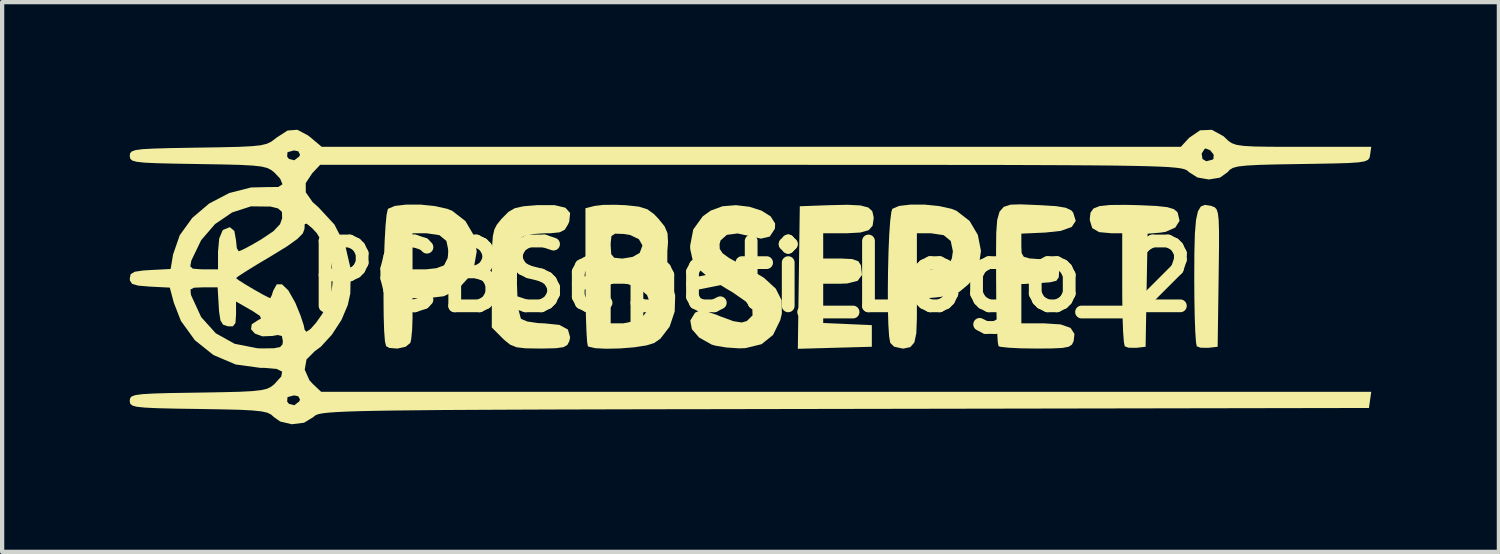
<source format=kicad_pcb>
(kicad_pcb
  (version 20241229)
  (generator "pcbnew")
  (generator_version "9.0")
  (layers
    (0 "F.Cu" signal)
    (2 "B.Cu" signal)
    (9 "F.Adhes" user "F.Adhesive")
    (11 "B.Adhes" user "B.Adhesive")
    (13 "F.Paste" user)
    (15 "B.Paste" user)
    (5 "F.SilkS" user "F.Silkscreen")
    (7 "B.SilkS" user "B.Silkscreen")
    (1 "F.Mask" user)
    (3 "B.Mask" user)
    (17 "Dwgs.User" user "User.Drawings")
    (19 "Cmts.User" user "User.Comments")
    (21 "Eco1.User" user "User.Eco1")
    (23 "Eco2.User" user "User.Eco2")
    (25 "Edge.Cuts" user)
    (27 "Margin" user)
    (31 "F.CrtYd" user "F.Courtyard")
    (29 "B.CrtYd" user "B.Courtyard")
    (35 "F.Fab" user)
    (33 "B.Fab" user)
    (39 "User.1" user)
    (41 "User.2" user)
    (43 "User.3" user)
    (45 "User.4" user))
  (footprint "PCBSepeti_Logo_2"
    (layer "F.Cu")
    (at 14.605 3.449)
    (property "Reference" "PCBSepeti_Logo_2" (at 0 0 0) (layer "F.SilkS") (effects (font (size 1.524 1.524) (thickness 0.3))))
    (attr board_only exclude_from_pos_files exclude_from_bom)
    (fp_poly (pts (xy 10.795 -1.664) (xy 10.835 -1.652) (xy 10.896 -1.626) (xy 10.94 -1.578) (xy 10.97 -1.485) (xy 10.988 -1.323) (xy 10.996 -1.069) (xy 10.996 -0.701) (xy 10.99 -0.195) (xy 10.987 0.027) (xy 10.964 1.651) (xy 10.749 1.676) (xy 10.565 1.674) (xy 10.474 1.641) (xy 10.455 1.541) (xy 10.438 1.299) (xy 10.425 0.944) (xy 10.417 0.504) (xy 10.414 0.039) (xy 10.417 -0.561) (xy 10.429 -1.011) (xy 10.456 -1.329) (xy 10.501 -1.534) (xy 10.569 -1.646) (xy 10.666 -1.683)) (stroke (width 0) (type solid)) (fill yes) (layer "F.SilkS"))
    (fp_poly (pts (xy 2.566 -1.671) (xy 2.751 -1.623) (xy 2.847 -1.535) (xy 2.878 -1.4) (xy 2.879 -1.362) (xy 2.854 -1.192) (xy 2.761 -1.088) (xy 2.568 -1.034) (xy 2.244 -1.016) (xy 2.152 -1.016) (xy 1.693 -1.016) (xy 1.693 -0.423) (xy 2.111 -0.423) (xy 2.377 -0.41) (xy 2.519 -0.358) (xy 2.579 -0.266) (xy 2.605 -0.038) (xy 2.503 0.101) (xy 2.259 0.163) (xy 2.108 0.169) (xy 1.693 0.169) (xy 1.693 1.093) (xy 2.836 1.143) (xy 2.836 1.651) (xy 1.967 1.675) (xy 1.097 1.699) (xy 1.12 0.024) (xy 1.143 -1.651) (xy 1.82 -1.676) (xy 2.264 -1.686)) (stroke (width 0) (type solid)) (fill yes) (layer "F.SilkS"))
    (fp_poly (pts (xy 9.135 -1.676) (xy 9.526 -1.658) (xy 9.78 -1.63) (xy 9.933 -1.584) (xy 10.016 -1.515) (xy 10.024 -1.503) (xy 10.069 -1.31) (xy 9.968 -1.15) (xy 9.741 -1.05) (xy 9.624 -1.032) (xy 9.318 -1.006) (xy 9.294 0.322) (xy 9.271 1.651) (xy 9.056 1.676) (xy 8.871 1.674) (xy 8.781 1.641) (xy 8.76 1.539) (xy 8.742 1.299) (xy 8.729 0.951) (xy 8.722 0.526) (xy 8.721 0.282) (xy 8.721 -1.016) (xy 8.474 -1.016) (xy 8.178 -1.043) (xy 8.016 -1.138) (xy 7.96 -1.32) (xy 7.959 -1.362) (xy 7.976 -1.502) (xy 8.044 -1.597) (xy 8.188 -1.655) (xy 8.434 -1.681) (xy 8.806 -1.684)) (stroke (width 0) (type solid)) (fill yes) (layer "F.SilkS"))
    (fp_poly (pts (xy -7.772 -1.69) (xy -7.435 -1.656) (xy -7.144 -1.591) (xy -7.027 -1.545) (xy -6.716 -1.303) (xy -6.52 -0.97) (xy -6.45 -0.59) (xy -6.518 -0.206) (xy -6.628 0.007) (xy -6.896 0.305) (xy -7.226 0.464) (xy -7.599 0.507) (xy -7.959 0.508) (xy -7.959 0.967) (xy -7.968 1.251) (xy -7.991 1.478) (xy -8.01 1.559) (xy -8.121 1.651) (xy -8.314 1.694) (xy -8.503 1.679) (xy -8.58 1.637) (xy -8.607 1.526) (xy -8.626 1.28) (xy -8.637 0.931) (xy -8.641 0.513) (xy -8.639 0.059) (xy -8.634 -0.169) (xy -7.959 -0.169) (xy -7.637 -0.169) (xy -7.4 -0.195) (xy -7.231 -0.257) (xy -7.214 -0.271) (xy -7.135 -0.429) (xy -7.112 -0.593) (xy -7.163 -0.836) (xy -7.329 -0.972) (xy -7.627 -1.016) (xy -7.637 -1.016) (xy -7.959 -1.016) (xy -7.959 -0.169) (xy -8.634 -0.169) (xy -8.63 -0.398) (xy -8.615 -0.824) (xy -8.594 -1.186) (xy -8.569 -1.451) (xy -8.539 -1.585) (xy -8.534 -1.592) (xy -8.375 -1.659) (xy -8.103 -1.691)) (stroke (width 0) (type solid)) (fill yes) (layer "F.SilkS"))
    (fp_poly (pts (xy 4.081 -1.69) (xy 4.418 -1.656) (xy 4.709 -1.591) (xy 4.826 -1.545) (xy 5.134 -1.306) (xy 5.328 -0.977) (xy 5.401 -0.602) (xy 5.348 -0.222) (xy 5.161 0.121) (xy 5.095 0.193) (xy 4.896 0.358) (xy 4.673 0.447) (xy 4.366 0.49) (xy 3.895 0.529) (xy 3.895 0.977) (xy 3.882 1.332) (xy 3.836 1.549) (xy 3.741 1.659) (xy 3.583 1.693) (xy 3.556 1.693) (xy 3.357 1.648) (xy 3.269 1.559) (xy 3.242 1.404) (xy 3.224 1.123) (xy 3.214 0.75) (xy 3.212 0.319) (xy 3.217 -0.136) (xy 3.218 -0.169) (xy 3.895 -0.169) (xy 4.216 -0.169) (xy 4.453 -0.195) (xy 4.623 -0.257) (xy 4.64 -0.271) (xy 4.718 -0.429) (xy 4.741 -0.593) (xy 4.69 -0.836) (xy 4.524 -0.972) (xy 4.227 -1.016) (xy 4.216 -1.016) (xy 3.895 -1.016) (xy 3.895 -0.169) (xy 3.218 -0.169) (xy 3.228 -0.582) (xy 3.245 -0.984) (xy 3.268 -1.31) (xy 3.296 -1.524) (xy 3.319 -1.592) (xy 3.478 -1.659) (xy 3.75 -1.691)) (stroke (width 0) (type solid)) (fill yes) (layer "F.SilkS"))
    (fp_poly (pts (xy -4.619 -1.677) (xy -4.366 -1.617) (xy -4.255 -1.492) (xy -4.275 -1.295) (xy -4.304 -1.225) (xy -4.381 -1.101) (xy -4.5 -1.039) (xy -4.714 -1.017) (xy -4.85 -1.016) (xy -5.123 -0.998) (xy -5.333 -0.952) (xy -5.402 -0.914) (xy -5.451 -0.781) (xy -5.485 -0.525) (xy -5.503 -0.192) (xy -5.505 0.17) (xy -5.492 0.516) (xy -5.463 0.8) (xy -5.418 0.975) (xy -5.402 0.999) (xy -5.263 1.057) (xy -5.022 1.094) (xy -4.862 1.101) (xy -4.508 1.137) (xy -4.307 1.246) (xy -4.255 1.429) (xy -4.274 1.52) (xy -4.321 1.609) (xy -4.414 1.661) (xy -4.594 1.686) (xy -4.897 1.693) (xy -4.965 1.693) (xy -5.299 1.688) (xy -5.515 1.663) (xy -5.665 1.602) (xy -5.8 1.493) (xy -5.849 1.446) (xy -6.096 1.198) (xy -6.096 0.05) (xy -6.095 -0.411) (xy -6.088 -0.735) (xy -6.07 -0.956) (xy -6.035 -1.107) (xy -5.977 -1.219) (xy -5.891 -1.327) (xy -5.852 -1.371) (xy -5.705 -1.519) (xy -5.557 -1.605) (xy -5.352 -1.651) (xy -5.036 -1.677) (xy -5.023 -1.677)) (stroke (width 0) (type solid)) (fill yes) (layer "F.SilkS"))
    (fp_poly (pts (xy 6.647 -1.683) (xy 6.807 -1.676) (xy 7.167 -1.654) (xy 7.394 -1.616) (xy 7.523 -1.555) (xy 7.568 -1.503) (xy 7.629 -1.307) (xy 7.533 -1.164) (xy 7.276 -1.072) (xy 6.913 -1.033) (xy 6.35 -1.008) (xy 6.35 -0.72) (xy 6.357 -0.552) (xy 6.407 -0.464) (xy 6.542 -0.425) (xy 6.795 -0.407) (xy 7.053 -0.386) (xy 7.185 -0.346) (xy 7.233 -0.259) (xy 7.239 -0.127) (xy 7.229 0.021) (xy 7.172 0.1) (xy 7.024 0.136) (xy 6.795 0.153) (xy 6.35 0.178) (xy 6.35 1.101) (xy 6.89 1.101) (xy 7.274 1.126) (xy 7.506 1.207) (xy 7.599 1.35) (xy 7.579 1.52) (xy 7.54 1.6) (xy 7.462 1.651) (xy 7.313 1.679) (xy 7.058 1.691) (xy 6.697 1.693) (xy 6.338 1.688) (xy 6.046 1.673) (xy 5.859 1.652) (xy 5.814 1.637) (xy 5.796 1.538) (xy 5.781 1.298) (xy 5.768 0.942) (xy 5.76 0.5) (xy 5.757 -0.002) (xy 5.757 -0.012) (xy 5.756 -0.591) (xy 5.76 -1.022) (xy 5.782 -1.327) (xy 5.838 -1.525) (xy 5.938 -1.638) (xy 6.098 -1.689) (xy 6.33 -1.696)) (stroke (width 0) (type solid)) (fill yes) (layer "F.SilkS"))
    (fp_poly (pts (xy -0.041 -1.639) (xy 0.244 -1.548) (xy 0.458 -1.413) (xy 0.564 -1.245) (xy 0.558 -1.124) (xy 0.437 -0.939) (xy 0.229 -0.89) (xy 0.008 -0.941) (xy -0.32 -1.012) (xy -0.572 -0.979) (xy -0.719 -0.848) (xy -0.743 -0.762) (xy -0.738 -0.648) (xy -0.673 -0.548) (xy -0.52 -0.435) (xy -0.25 -0.287) (xy -0.137 -0.228) (xy 0.299 0.029) (xy 0.579 0.286) (xy 0.716 0.559) (xy 0.722 0.869) (xy 0.685 1.024) (xy 0.514 1.374) (xy 0.243 1.591) (xy -0.137 1.684) (xy -0.287 1.688) (xy -0.585 1.668) (xy -0.844 1.625) (xy -0.93 1.599) (xy -1.222 1.435) (xy -1.394 1.238) (xy -1.431 1.035) (xy -1.32 0.853) (xy -1.314 0.848) (xy -1.209 0.801) (xy -1.052 0.818) (xy -0.799 0.906) (xy -0.717 0.94) (xy -0.416 1.05) (xy -0.222 1.081) (xy -0.101 1.046) (xy 0.033 0.913) (xy 0.027 0.763) (xy -0.126 0.587) (xy -0.433 0.374) (xy -0.587 0.283) (xy -0.979 0.04) (xy -1.235 -0.177) (xy -1.378 -0.396) (xy -1.432 -0.645) (xy -1.435 -0.72) (xy -1.361 -1.105) (xy -1.138 -1.414) (xy -0.95 -1.55) (xy -0.674 -1.651) (xy -0.359 -1.677)) (stroke (width 0) (type solid)) (fill yes) (layer "F.SilkS"))
    (fp_poly (pts (xy -2.948 -1.676) (xy -2.642 -1.643) (xy -2.441 -1.581) (xy -2.282 -1.465) (xy -2.178 -1.356) (xy -2.034 -1.178) (xy -1.966 -1.018) (xy -1.954 -0.808) (xy -1.97 -0.596) (xy -1.972 -0.176) (xy -1.899 0.09) (xy -1.786 0.442) (xy -1.797 0.822) (xy -1.917 1.179) (xy -2.134 1.462) (xy -2.283 1.565) (xy -2.469 1.621) (xy -2.75 1.664) (xy -3.077 1.69) (xy -3.398 1.698) (xy -3.663 1.685) (xy -3.823 1.648) (xy -3.838 1.637) (xy -3.856 1.538) (xy -3.871 1.298) (xy -3.878 1.101) (xy -3.302 1.101) (xy -3.006 1.101) (xy -2.704 1.04) (xy -2.54 0.931) (xy -2.414 0.764) (xy -2.371 0.635) (xy -2.447 0.436) (xy -2.64 0.271) (xy -2.9 0.178) (xy -3.006 0.169) (xy -3.302 0.169) (xy -3.302 1.101) (xy -3.878 1.101) (xy -3.884 0.942) (xy -3.892 0.5) (xy -3.895 -0.002) (xy -3.895 -0.012) (xy -3.895 -0.725) (xy -3.302 -0.725) (xy -3.289 -0.524) (xy -3.219 -0.441) (xy -3.041 -0.423) (xy -3.016 -0.423) (xy -2.786 -0.461) (xy -2.623 -0.553) (xy -2.619 -0.557) (xy -2.555 -0.729) (xy -2.639 -0.877) (xy -2.849 -0.977) (xy -2.993 -1) (xy -3.197 -1.007) (xy -3.283 -0.952) (xy -3.302 -0.788) (xy -3.302 -0.725) (xy -3.895 -0.725) (xy -3.895 -1.605) (xy -3.68 -1.659) (xy -3.479 -1.683) (xy -3.184 -1.686)) (stroke (width 0) (type solid)) (fill yes) (layer "F.SilkS"))
    (fp_poly (pts (xy -10.415 -3.316) (xy -10.345 -3.26) (xy -10.093 -3.048) (xy 10.098 -3.048) (xy 10.294 -3.26) (xy 10.551 -3.436) (xy 10.828 -3.448) (xy 11.101 -3.298) (xy 11.141 -3.26) (xy 11.219 -3.186) (xy 11.3 -3.132) (xy 11.41 -3.094) (xy 11.575 -3.07) (xy 11.819 -3.056) (xy 12.169 -3.05) (xy 12.649 -3.048) (xy 12.964 -3.048) (xy 14.574 -3.048) (xy 14.547 -2.857) (xy 14.534 -2.791) (xy 14.498 -2.742) (xy 14.419 -2.707) (xy 14.272 -2.683) (xy 14.036 -2.667) (xy 13.686 -2.657) (xy 13.201 -2.648) (xy 12.918 -2.644) (xy 12.357 -2.635) (xy 11.941 -2.624) (xy 11.646 -2.608) (xy 11.448 -2.586) (xy 11.324 -2.554) (xy 11.248 -2.509) (xy 11.199 -2.453) (xy 11.016 -2.323) (xy 10.757 -2.281) (xy 10.49 -2.327) (xy 10.287 -2.455) (xy 10.262 -2.481) (xy 10.228 -2.503) (xy 10.177 -2.524) (xy 10.099 -2.542) (xy 9.986 -2.557) (xy 9.828 -2.571) (xy 9.616 -2.582) (xy 9.342 -2.592) (xy 8.996 -2.6) (xy 8.568 -2.607) (xy 8.051 -2.612) (xy 7.435 -2.616) (xy 6.711 -2.619) (xy 5.869 -2.622) (xy 4.901 -2.623) (xy 3.798 -2.624) (xy 2.55 -2.624) (xy 1.149 -2.625) (xy 0.002 -2.625) (xy -10.13 -2.625) (xy -10.315 -2.429) (xy -10.469 -2.197) (xy -10.468 -1.979) (xy -10.309 -1.751) (xy -10.169 -1.626) (xy -9.796 -1.223) (xy -9.54 -0.725) (xy -9.411 -0.171) (xy -9.422 0.401) (xy -9.481 0.671) (xy -9.629 1.02) (xy -9.855 1.368) (xy -10.114 1.65) (xy -10.259 1.757) (xy -10.451 1.95) (xy -10.493 2.189) (xy -10.383 2.437) (xy -10.303 2.525) (xy -10.107 2.709) (xy 14.574 2.709) (xy 14.52 3.09) (xy 2.193 3.112) (xy 0.507 3.115) (xy -1.019 3.118) (xy -2.391 3.12) (xy -3.619 3.123) (xy -4.71 3.126) (xy -5.673 3.13) (xy -6.515 3.134) (xy -7.246 3.138) (xy -7.873 3.144) (xy -8.405 3.15) (xy -8.849 3.157) (xy -9.214 3.165) (xy -9.508 3.175) (xy -9.74 3.186) (xy -9.917 3.198) (xy -10.048 3.212) (xy -10.14 3.228) (xy -10.203 3.245) (xy -10.244 3.265) (xy -10.272 3.286) (xy -10.287 3.302) (xy -10.51 3.437) (xy -10.796 3.472) (xy -11.07 3.408) (xy -11.217 3.304) (xy -11.282 3.245) (xy -11.371 3.201) (xy -11.51 3.17) (xy -11.722 3.148) (xy -12.033 3.132) (xy -12.466 3.122) (xy -12.987 3.113) (xy -13.547 3.105) (xy -13.961 3.095) (xy -14.25 3.081) (xy -14.437 3.062) (xy -14.543 3.033) (xy -14.592 2.993) (xy -14.605 2.939) (xy -10.906 2.939) (xy -10.864 2.993) (xy -10.738 3.026) (xy -10.622 2.936) (xy -10.603 2.895) (xy -10.644 2.815) (xy -10.746 2.794) (xy -10.898 2.835) (xy -10.906 2.939) (xy -14.605 2.939) (xy -14.605 2.938) (xy -14.605 2.921) (xy -14.598 2.862) (xy -14.56 2.818) (xy -14.471 2.787) (xy -14.307 2.765) (xy -14.047 2.75) (xy -13.667 2.739) (xy -13.145 2.731) (xy -13 2.729) (xy -12.438 2.719) (xy -12.02 2.709) (xy -11.72 2.693) (xy -11.515 2.67) (xy -11.377 2.637) (xy -11.282 2.59) (xy -11.204 2.527) (xy -11.201 2.523) (xy -11.044 2.349) (xy -11.024 2.236) (xy -11.149 2.173) (xy -11.429 2.148) (xy -11.536 2.147) (xy -12.118 2.067) (xy -12.639 1.845) (xy -13.075 1.497) (xy -13.403 1.043) (xy -13.569 0.618) (xy -13.652 0.306) (xy -13.178 0.306) (xy -13.17 0.411) (xy -13.161 0.445) (xy -12.927 0.953) (xy -12.584 1.334) (xy -12.141 1.581) (xy -11.607 1.686) (xy -11.493 1.69) (xy -11.218 1.686) (xy -11.071 1.658) (xy -11.015 1.594) (xy -11.007 1.517) (xy -11.03 1.399) (xy -11.132 1.375) (xy -11.264 1.398) (xy -11.49 1.406) (xy -11.663 1.342) (xy -11.755 1.238) (xy -11.738 1.123) (xy -11.603 1.034) (xy -11.52 0.987) (xy -11.547 0.925) (xy -11.701 0.822) (xy -11.773 0.78) (xy -12.107 0.588) (xy -12.107 0.892) (xy -12.121 1.094) (xy -12.181 1.171) (xy -12.298 1.17) (xy -12.412 1.132) (xy -12.474 1.031) (xy -12.506 0.822) (xy -12.514 0.699) (xy -12.54 0.254) (xy -12.879 0.254) (xy -13.094 0.263) (xy -13.178 0.306) (xy -13.652 0.306) (xy -13.664 0.261) (xy -14.135 0.237) (xy -14.407 0.214) (xy -14.549 0.173) (xy -14.601 0.096) (xy -14.605 0.042) (xy -14.604 0.038) (xy -12.107 0.038) (xy -12.042 0.089) (xy -11.879 0.191) (xy -11.673 0.314) (xy -11.473 0.426) (xy -11.334 0.497) (xy -11.302 0.508) (xy -11.266 0.438) (xy -11.236 0.339) (xy -11.151 0.184) (xy -11.027 0.183) (xy -10.879 0.325) (xy -10.721 0.604) (xy -10.706 0.637) (xy -10.593 0.913) (xy -10.517 1.143) (xy -10.495 1.251) (xy -10.455 1.299) (xy -10.356 1.233) (xy -10.225 1.085) (xy -10.087 0.889) (xy -9.97 0.677) (xy -9.905 0.509) (xy -9.847 0.227) (xy -9.824 -0.039) (xy -9.824 -0.042) (xy -9.88 -0.359) (xy -10.021 -0.712) (xy -10.211 -1.02) (xy -10.317 -1.135) (xy -10.447 -1.242) (xy -10.493 -1.232) (xy -10.499 -1.119) (xy -10.538 -1.012) (xy -10.668 -0.881) (xy -10.91 -0.708) (xy -11.284 -0.479) (xy -11.303 -0.468) (xy -11.626 -0.275) (xy -11.888 -0.113) (xy -12.057 -0.003) (xy -12.107 0.038) (xy -14.604 0.038) (xy -14.583 -0.056) (xy -14.49 -0.112) (xy -14.288 -0.142) (xy -14.125 -0.152) (xy -13.645 -0.177) (xy -13.634 -0.239) (xy -13.183 -0.239) (xy -13.123 -0.184) (xy -12.941 -0.17) (xy -12.875 -0.169) (xy -12.531 -0.169) (xy -12.531 -0.582) (xy -12.503 -0.892) (xy -12.425 -1.08) (xy -12.407 -1.098) (xy -12.253 -1.16) (xy -12.147 -1.071) (xy -12.107 -0.846) (xy -12.107 -0.842) (xy -12.089 -0.666) (xy -12.044 -0.593) (xy -11.943 -0.634) (xy -11.744 -0.74) (xy -11.515 -0.873) (xy -11.228 -1.066) (xy -11.073 -1.23) (xy -11.023 -1.37) (xy -11.029 -1.521) (xy -11.122 -1.601) (xy -11.297 -1.644) (xy -11.756 -1.649) (xy -12.2 -1.505) (xy -12.6 -1.233) (xy -12.927 -0.854) (xy -13.152 -0.387) (xy -13.161 -0.36) (xy -13.183 -0.239) (xy -13.634 -0.239) (xy -13.588 -0.516) (xy -13.43 -0.971) (xy -13.136 -1.378) (xy -12.738 -1.716) (xy -12.267 -1.962) (xy -11.755 -2.093) (xy -11.373 -2.102) (xy -11.116 -2.104) (xy -11.016 -2.168) (xy -11.07 -2.3) (xy -11.201 -2.439) (xy -11.278 -2.502) (xy -11.371 -2.55) (xy -11.506 -2.584) (xy -11.708 -2.607) (xy -12.002 -2.623) (xy -12.414 -2.634) (xy -12.968 -2.643) (xy -13 -2.644) (xy -13.558 -2.653) (xy -13.969 -2.663) (xy -14.256 -2.676) (xy -14.44 -2.696) (xy -14.545 -2.725) (xy -14.592 -2.766) (xy -14.604 -2.819) (xy -10.906 -2.819) (xy -10.864 -2.764) (xy -10.738 -2.732) (xy -10.622 -2.821) (xy -10.603 -2.863) (xy -10.616 -2.888) (xy 10.588 -2.888) (xy 10.608 -2.762) (xy 10.696 -2.709) (xy 10.84 -2.746) (xy 10.865 -2.765) (xy 10.871 -2.863) (xy 10.789 -2.968) (xy 10.683 -3.009) (xy 10.658 -3) (xy 10.588 -2.888) (xy -10.616 -2.888) (xy -10.644 -2.943) (xy -10.746 -2.963) (xy -10.898 -2.922) (xy -10.906 -2.819) (xy -14.604 -2.819) (xy -14.605 -2.821) (xy -14.605 -2.836) (xy -14.598 -2.895) (xy -14.56 -2.939) (xy -14.471 -2.971) (xy -14.307 -2.993) (xy -14.045 -3.007) (xy -13.664 -3.018) (xy -13.142 -3.027) (xy -13.006 -3.029) (xy -12.448 -3.038) (xy -12.033 -3.048) (xy -11.735 -3.063) (xy -11.528 -3.085) (xy -11.385 -3.119) (xy -11.282 -3.168) (xy -11.191 -3.235) (xy -11.158 -3.262) (xy -10.897 -3.431) (xy -10.665 -3.449)) (stroke (width 0) (type solid)) (fill yes) (layer "F.SilkS")))
  (gr_rect
    (start -3 -3)
    (end 32.179 9.921)
    (stroke (width 0.1) (type default))
    (fill no)
    (layer "Edge.Cuts")))
</source>
